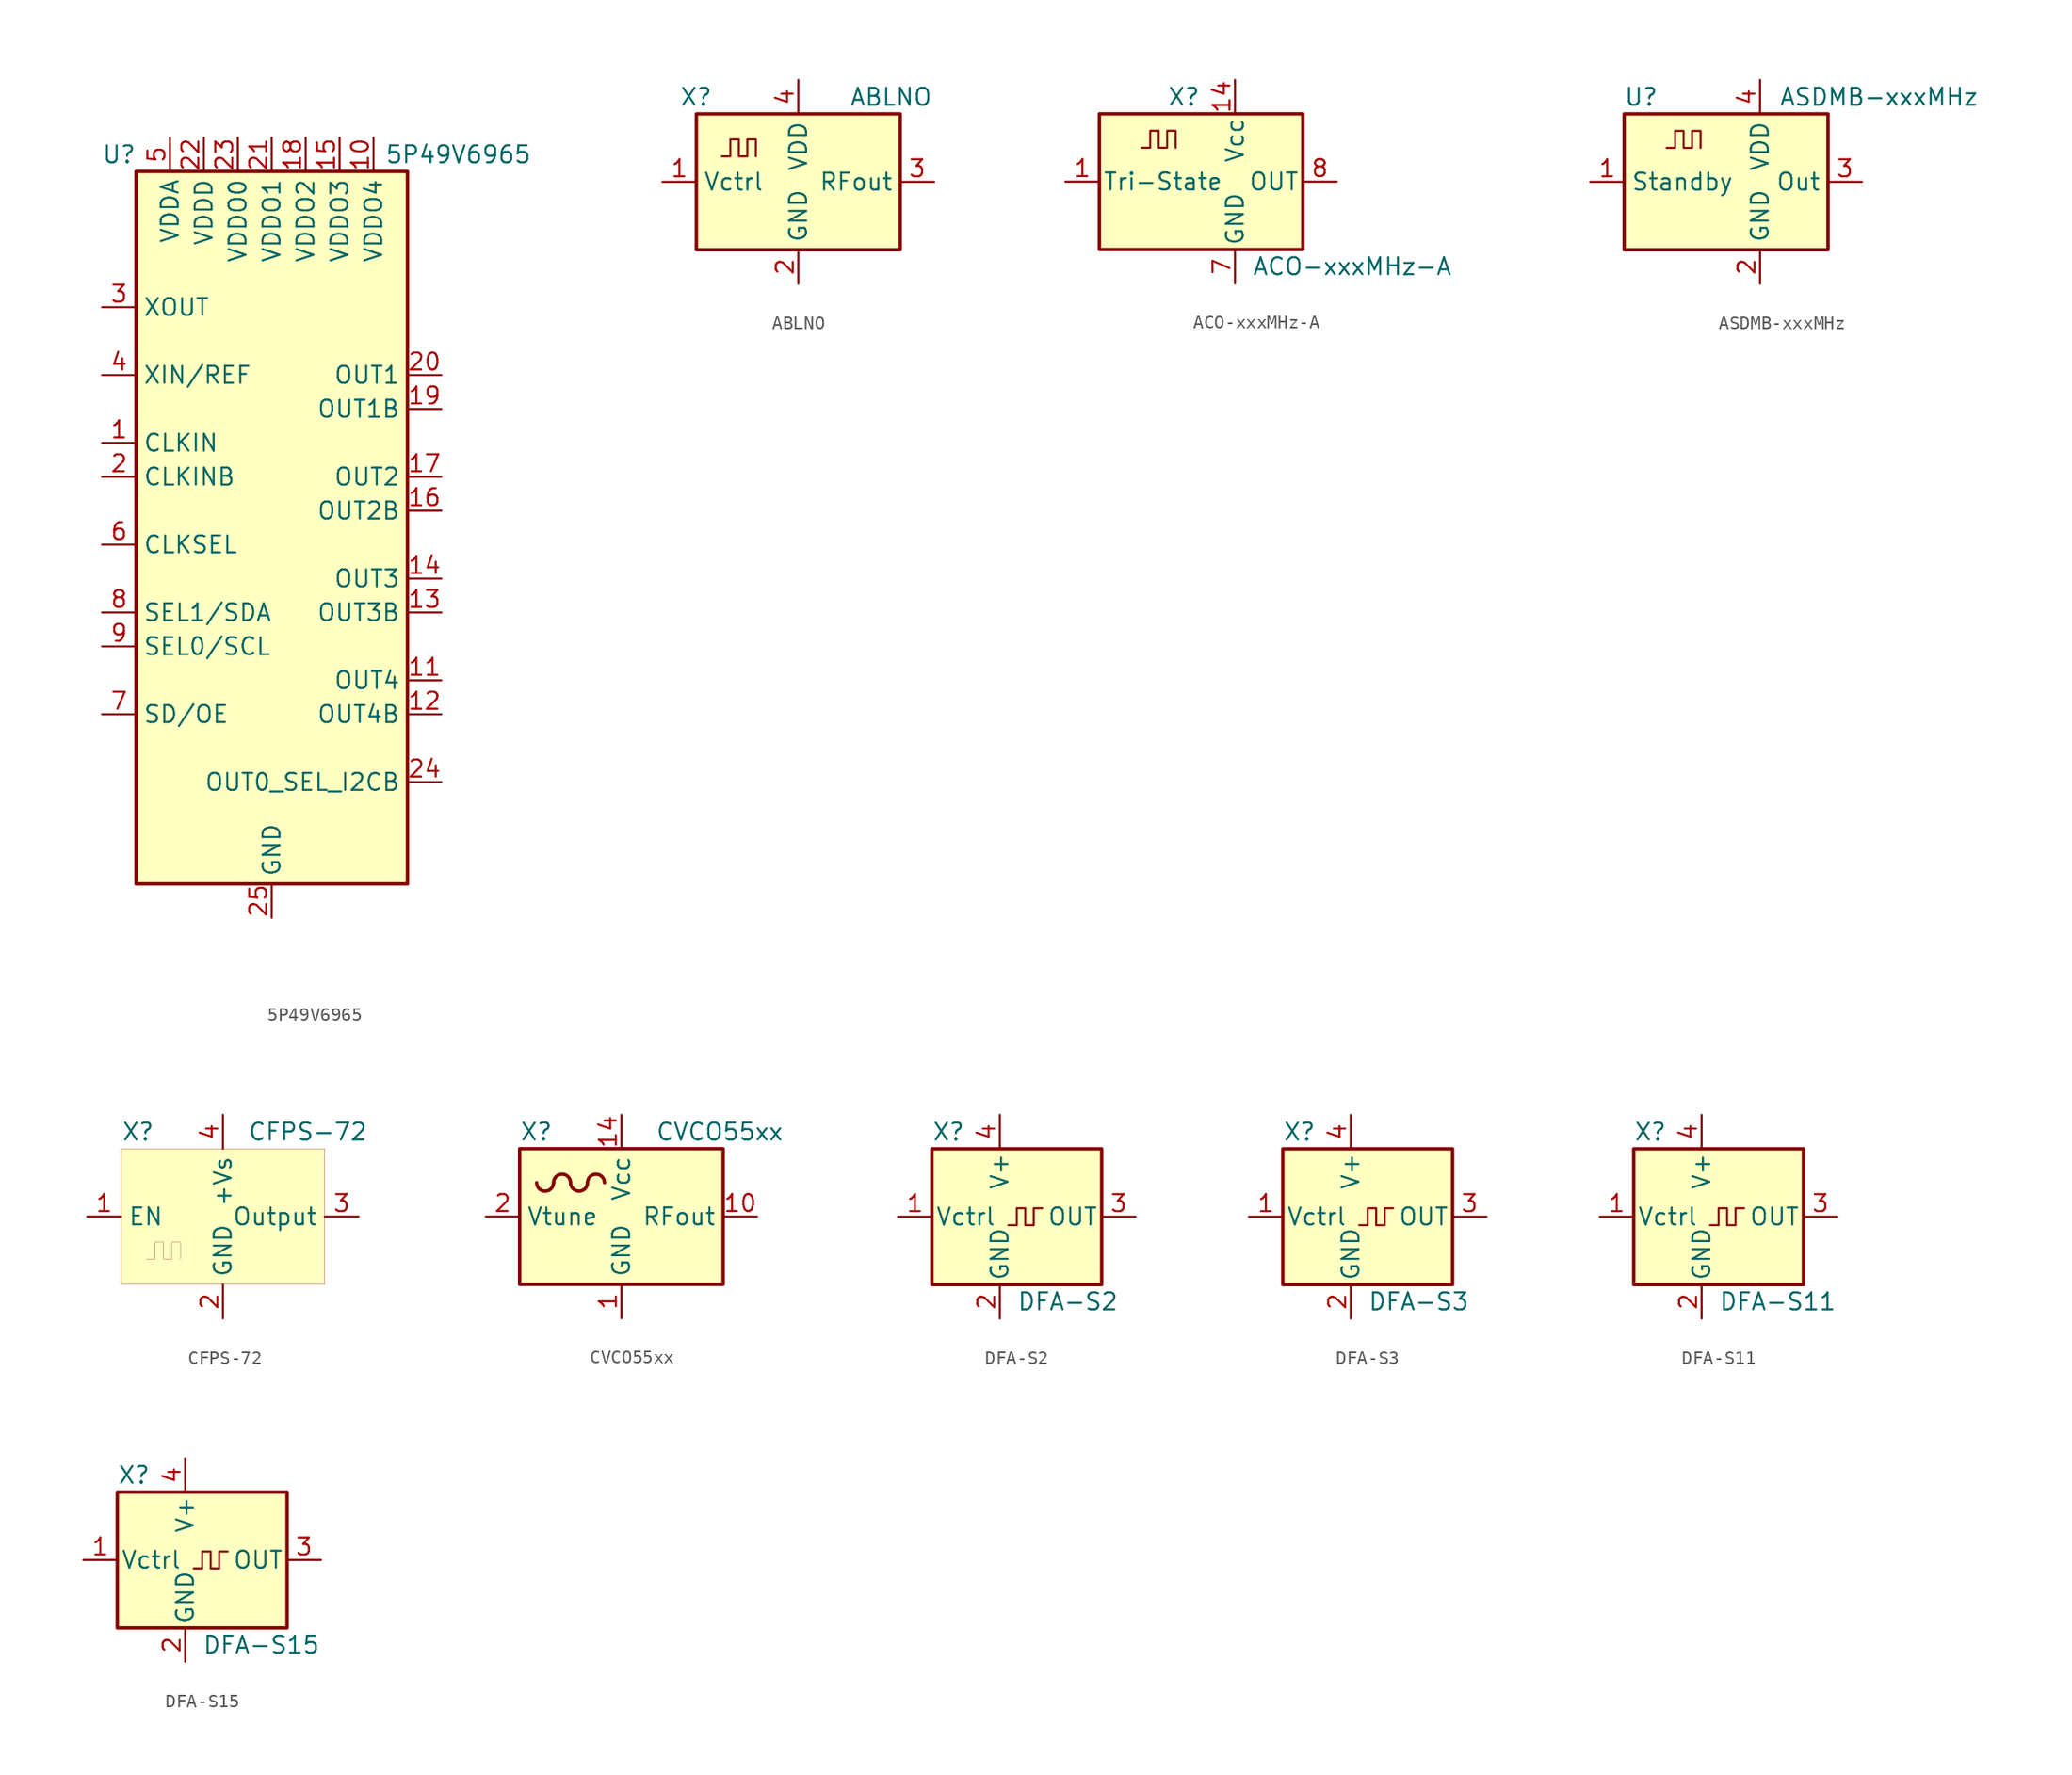
<source format=kicad_sym>
(kicad_symbol_lib
  (version 20211014)
  (generator kicad_symbol_editor)
  (symbol "5P49V6965"
    (property "Reference" "U"
      (at -11.43 29.21 0)
      (effects (font (size 1.27 1.27))))
    (property "Value" "5P49V6965"
      (at 13.97 29.21 0)
      (effects (font (size 1.27 1.27))))
    (symbol "5P49V6965_0_1"
      (rectangle (start -10.16 27.94) (end 10.16 -25.4) (stroke (width 0.254) (type default) (color 0 0 0 0)) (fill (type background))))
    (symbol "5P49V6965_1_1"
      (pin input line (at -12.7 7.62 0) (length 2.54) (name "CLKIN" (effects (font (size 1.27 1.27)))) (number "1" (effects (font (size 1.27 1.27)))))
      (pin power_in line (at 7.62 30.48 270) (length 2.54) (name "VDDO4" (effects (font (size 1.27 1.27)))) (number "10" (effects (font (size 1.27 1.27)))))
      (pin output line (at 12.7 -10.16 180) (length 2.54) (name "OUT4" (effects (font (size 1.27 1.27)))) (number "11" (effects (font (size 1.27 1.27)))))
      (pin output line (at 12.7 -12.7 180) (length 2.54) (name "OUT4B" (effects (font (size 1.27 1.27)))) (number "12" (effects (font (size 1.27 1.27)))))
      (pin output line (at 12.7 -5.08 180) (length 2.54) (name "OUT3B" (effects (font (size 1.27 1.27)))) (number "13" (effects (font (size 1.27 1.27)))))
      (pin output line (at 12.7 -2.54 180) (length 2.54) (name "OUT3" (effects (font (size 1.27 1.27)))) (number "14" (effects (font (size 1.27 1.27)))))
      (pin power_in line (at 5.08 30.48 270) (length 2.54) (name "VDDO3" (effects (font (size 1.27 1.27)))) (number "15" (effects (font (size 1.27 1.27)))))
      (pin output line (at 12.7 2.54 180) (length 2.54) (name "OUT2B" (effects (font (size 1.27 1.27)))) (number "16" (effects (font (size 1.27 1.27)))))
      (pin output line (at 12.7 5.08 180) (length 2.54) (name "OUT2" (effects (font (size 1.27 1.27)))) (number "17" (effects (font (size 1.27 1.27)))))
      (pin power_in line (at 2.54 30.48 270) (length 2.54) (name "VDDO2" (effects (font (size 1.27 1.27)))) (number "18" (effects (font (size 1.27 1.27)))))
      (pin output line (at 12.7 10.16 180) (length 2.54) (name "OUT1B" (effects (font (size 1.27 1.27)))) (number "19" (effects (font (size 1.27 1.27)))))
      (pin input line (at -12.7 5.08 0) (length 2.54) (name "CLKINB" (effects (font (size 1.27 1.27)))) (number "2" (effects (font (size 1.27 1.27)))))
      (pin output line (at 12.7 12.7 180) (length 2.54) (name "OUT1" (effects (font (size 1.27 1.27)))) (number "20" (effects (font (size 1.27 1.27)))))
      (pin power_in line (at 0 30.48 270) (length 2.54) (name "VDDO1" (effects (font (size 1.27 1.27)))) (number "21" (effects (font (size 1.27 1.27)))))
      (pin power_in line (at -5.08 30.48 270) (length 2.54) (name "VDDD" (effects (font (size 1.27 1.27)))) (number "22" (effects (font (size 1.27 1.27)))))
      (pin power_in line (at -2.54 30.48 270) (length 2.54) (name "VDDO0" (effects (font (size 1.27 1.27)))) (number "23" (effects (font (size 1.27 1.27)))))
      (pin bidirectional line (at 12.7 -17.78 180) (length 2.54) (name "OUT0_SEL_I2CB" (effects (font (size 1.27 1.27)))) (number "24" (effects (font (size 1.27 1.27)))))
      (pin power_in line (at 0 -27.94 90) (length 2.54) (name "GND" (effects (font (size 1.27 1.27)))) (number "25" (effects (font (size 1.27 1.27)))))
      (pin output line (at -12.7 17.78 0) (length 2.54) (name "XOUT" (effects (font (size 1.27 1.27)))) (number "3" (effects (font (size 1.27 1.27)))))
      (pin input line (at -12.7 12.7 0) (length 2.54) (name "XIN/REF" (effects (font (size 1.27 1.27)))) (number "4" (effects (font (size 1.27 1.27)))))
      (pin power_in line (at -7.62 30.48 270) (length 2.54) (name "VDDA" (effects (font (size 1.27 1.27)))) (number "5" (effects (font (size 1.27 1.27)))))
      (pin input line (at -12.7 0 0) (length 2.54) (name "CLKSEL" (effects (font (size 1.27 1.27)))) (number "6" (effects (font (size 1.27 1.27)))))
      (pin input line (at -12.7 -12.7 0) (length 2.54) (name "SD/OE" (effects (font (size 1.27 1.27)))) (number "7" (effects (font (size 1.27 1.27)))))
      (pin bidirectional line (at -12.7 -5.08 0) (length 2.54) (name "SEL1/SDA" (effects (font (size 1.27 1.27)))) (number "8" (effects (font (size 1.27 1.27)))))
      (pin input line (at -12.7 -7.62 0) (length 2.54) (name "SEL0/SCL" (effects (font (size 1.27 1.27)))) (number "9" (effects (font (size 1.27 1.27)))))))
  (symbol "ABLNO"
    (property "Reference" "X"
      (at -8.89 6.35 0)
      (effects (font (size 1.27 1.27)) (justify left)))
    (property "Value" "ABLNO"
      (at 3.81 6.35 0)
      (effects (font (size 1.27 1.27)) (justify left)))
    (symbol "ABLNO_0_1"
      (rectangle (start -7.62 5.08) (end 7.62 -5.08) (stroke (width 0.254) (type default) (color 0 0 0 0)) (fill (type background)))
      (polyline (pts (xy -5.715 1.905) (xy -5.08 1.905) (xy -5.08 3.175) (xy -4.445 3.175) (xy -4.445 1.905) (xy -3.81 1.905) (xy -3.81 3.175) (xy -3.175 3.175) (xy -3.175 1.905)) (stroke (width 0) (type default) (color 0 0 0 0)) (fill (type none))))
    (symbol "ABLNO_1_1"
      (pin input line (at -10.16 0 0) (length 2.54) (name "Vctrl" (effects (font (size 1.27 1.27)))) (number "1" (effects (font (size 1.27 1.27)))))
      (pin power_in line (at 0 -7.62 90) (length 2.54) (name "GND" (effects (font (size 1.27 1.27)))) (number "2" (effects (font (size 1.27 1.27)))))
      (pin output line (at 10.16 0 180) (length 2.54) (name "RFout" (effects (font (size 1.27 1.27)))) (number "3" (effects (font (size 1.27 1.27)))))
      (pin power_in line (at 0 7.62 270) (length 2.54) (name "VDD" (effects (font (size 1.27 1.27)))) (number "4" (effects (font (size 1.27 1.27)))))))
  (symbol "ACO-xxxMHz-A"
    (pin_names
      (offset 0.254))
    (property "Reference" "X"
      (at -5.08 6.35 0)
      (effects (font (size 1.27 1.27)) (justify left)))
    (property "Value" "ACO-xxxMHz-A"
      (at 1.27 -6.35 0)
      (effects (font (size 1.27 1.27)) (justify left)))
    (symbol "ACO-xxxMHz-A_0_1"
      (rectangle (start -10.16 5.08) (end 5.08 -5.08) (stroke (width 0.254) (type default) (color 0 0 0 0)) (fill (type background)))
      (polyline (pts (xy -6.985 2.54) (xy -6.35 2.54) (xy -6.35 3.81) (xy -5.715 3.81) (xy -5.715 2.54) (xy -5.08 2.54) (xy -5.08 3.81) (xy -4.445 3.81) (xy -4.445 2.54)) (stroke (width 0) (type default) (color 0 0 0 0)) (fill (type none))))
    (symbol "ACO-xxxMHz-A_1_1"
      (pin input line (at -12.7 0 0) (length 2.54) (name "Tri-State" (effects (font (size 1.27 1.27)))) (number "1" (effects (font (size 1.27 1.27)))))
      (pin power_in line (at 0 7.62 270) (length 2.54) (name "Vcc" (effects (font (size 1.27 1.27)))) (number "14" (effects (font (size 1.27 1.27)))))
      (pin power_in line (at 0 -7.62 90) (length 2.54) (name "GND" (effects (font (size 1.27 1.27)))) (number "7" (effects (font (size 1.27 1.27)))))
      (pin output line (at 7.62 0 180) (length 2.54) (name "OUT" (effects (font (size 1.27 1.27)))) (number "8" (effects (font (size 1.27 1.27)))))))
  (symbol "ASDMB-xxxMHz"
    (property "Reference" "U"
      (at -6.35 6.35 0)
      (effects (font (size 1.27 1.27))))
    (property "Value" "ASDMB-xxxMHz"
      (at 11.43 6.35 0)
      (effects (font (size 1.27 1.27))))
    (symbol "ASDMB-xxxMHz_1_1"
      (rectangle (start -7.62 5.08) (end 7.62 -5.08) (stroke (width 0.254) (type default) (color 0 0 0 0)) (fill (type background)))
      (polyline (pts (xy -4.445 2.54) (xy -3.81 2.54) (xy -3.81 3.81) (xy -3.175 3.81) (xy -3.175 2.54) (xy -2.54 2.54) (xy -2.54 3.81) (xy -1.905 3.81) (xy -1.905 2.54)) (stroke (width 0) (type default) (color 0 0 0 0)) (fill (type none)))
      (pin input line (at -10.16 0 0) (length 2.54) (name "Standby" (effects (font (size 1.27 1.27)))) (number "1" (effects (font (size 1.27 1.27)))))
      (pin power_in line (at 2.54 -7.62 90) (length 2.54) (name "GND" (effects (font (size 1.27 1.27)))) (number "2" (effects (font (size 1.27 1.27)))))
      (pin output line (at 10.16 0 180) (length 2.54) (name "Out" (effects (font (size 1.27 1.27)))) (number "3" (effects (font (size 1.27 1.27)))))
      (pin power_in line (at 2.54 7.62 270) (length 2.54) (name "VDD" (effects (font (size 1.27 1.27)))) (number "4" (effects (font (size 1.27 1.27)))))))
  (symbol "CFPS-72"
    (property "Reference" "X"
      (at -6.35 6.35 0)
      (effects (font (size 1.27 1.27))))
    (property "Value" "CFPS-72"
      (at 6.35 6.35 0)
      (effects (font (size 1.27 1.27))))
    (symbol "CFPS-72_0_1"
      (rectangle (start -7.62 5.08) (end 7.62 -5.08) (stroke (width 0.001) (type default) (color 0 0 0 0)) (fill (type background)))
      (polyline (pts (xy -5.715 -3.175) (xy -5.08 -3.175) (xy -5.08 -1.905) (xy -4.445 -1.905) (xy -4.445 -3.175) (xy -3.81 -3.175) (xy -3.81 -1.905) (xy -3.175 -1.905) (xy -3.175 -3.175)) (stroke (width 0.001) (type default) (color 0 0 0 0)) (fill (type none))))
    (symbol "CFPS-72_1_1"
      (pin input line (at -10.16 0 0) (length 2.54) (name "EN" (effects (font (size 1.27 1.27)))) (number "1" (effects (font (size 1.27 1.27)))))
      (pin power_in line (at 0 -7.62 90) (length 2.54) (name "GND" (effects (font (size 1.27 1.27)))) (number "2" (effects (font (size 1.27 1.27)))))
      (pin output line (at 10.16 0 180) (length 2.54) (name "Output" (effects (font (size 1.27 1.27)))) (number "3" (effects (font (size 1.27 1.27)))))
      (pin power_in line (at 0 7.62 270) (length 2.54) (name "+Vs" (effects (font (size 1.27 1.27)))) (number "4" (effects (font (size 1.27 1.27)))))))
  (symbol "CVCO55xx"
    (property "Reference" "X"
      (at -7.62 6.35 0)
      (effects (font (size 1.27 1.27)) (justify left)))
    (property "Value" "CVCO55xx"
      (at 2.54 6.35 0)
      (effects (font (size 1.27 1.27)) (justify left)))
    (symbol "CVCO55xx_0_0"
      (pin passive line (at 0 -7.62 90) (length 2.54) hide (name "GND" (effects (font (size 1.27 1.27)))) (number "15" (effects (font (size 1.27 1.27)))))
      (pin passive line (at 0 -7.62 90) (length 2.54) hide (name "GND" (effects (font (size 1.27 1.27)))) (number "16" (effects (font (size 1.27 1.27))))))
    (symbol "CVCO55xx_0_1"
      (rectangle (start -7.62 5.08) (end 7.62 -5.08) (stroke (width 0.254) (type default) (color 0 0 0 0)) (fill (type background)))
      (arc (start -6.35 2.54) (mid -5.715 1.905) (end -5.08 2.54) (stroke (width 0.254) (type default) (color 0 0 0 0)) (fill (type none)))
      (arc (start -3.81 2.54) (mid -4.445 3.175) (end -5.08 2.54) (stroke (width 0.254) (type default) (color 0 0 0 0)) (fill (type none)))
      (arc (start -3.81 2.54) (mid -3.175 1.905) (end -2.54 2.54) (stroke (width 0.254) (type default) (color 0 0 0 0)) (fill (type none)))
      (arc (start -1.27 2.54) (mid -1.905 3.175) (end -2.54 2.54) (stroke (width 0.254) (type default) (color 0 0 0 0)) (fill (type none))))
    (symbol "CVCO55xx_1_1"
      (pin power_in line (at 0 -7.62 90) (length 2.54) (name "GND" (effects (font (size 1.27 1.27)))) (number "1" (effects (font (size 1.27 1.27)))))
      (pin output line (at 10.16 0 180) (length 2.54) (name "RFout" (effects (font (size 1.27 1.27)))) (number "10" (effects (font (size 1.27 1.27)))))
      (pin passive line (at 0 -7.62 90) (length 2.54) hide (name "GND" (effects (font (size 1.27 1.27)))) (number "11" (effects (font (size 1.27 1.27)))))
      (pin passive line (at 0 -7.62 90) (length 2.54) hide (name "GND" (effects (font (size 1.27 1.27)))) (number "12" (effects (font (size 1.27 1.27)))))
      (pin passive line (at 0 -7.62 90) (length 2.54) hide (name "GND" (effects (font (size 1.27 1.27)))) (number "13" (effects (font (size 1.27 1.27)))))
      (pin power_in line (at 0 7.62 270) (length 2.54) (name "Vcc" (effects (font (size 1.27 1.27)))) (number "14" (effects (font (size 1.27 1.27)))))
      (pin passive line (at -10.16 0 0) (length 2.54) (name "Vtune" (effects (font (size 1.27 1.27)))) (number "2" (effects (font (size 1.27 1.27)))))
      (pin passive line (at 0 -7.62 90) (length 2.54) hide (name "GND" (effects (font (size 1.27 1.27)))) (number "3" (effects (font (size 1.27 1.27)))))
      (pin passive line (at 0 -7.62 90) (length 2.54) hide (name "GND" (effects (font (size 1.27 1.27)))) (number "4" (effects (font (size 1.27 1.27)))))
      (pin passive line (at 0 -7.62 90) (length 2.54) hide (name "GND" (effects (font (size 1.27 1.27)))) (number "5" (effects (font (size 1.27 1.27)))))
      (pin passive line (at 0 -7.62 90) (length 2.54) hide (name "GND" (effects (font (size 1.27 1.27)))) (number "6" (effects (font (size 1.27 1.27)))))
      (pin passive line (at 0 -7.62 90) (length 2.54) hide (name "GND" (effects (font (size 1.27 1.27)))) (number "7" (effects (font (size 1.27 1.27)))))
      (pin passive line (at 0 -7.62 90) (length 2.54) hide (name "GND" (effects (font (size 1.27 1.27)))) (number "8" (effects (font (size 1.27 1.27)))))
      (pin passive line (at 0 -7.62 90) (length 2.54) hide (name "GND" (effects (font (size 1.27 1.27)))) (number "9" (effects (font (size 1.27 1.27)))))))
  (symbol "DFA-S2"
    (pin_names
      (offset 0.254))
    (property "Reference" "X"
      (at -5.08 6.35 0)
      (effects (font (size 1.27 1.27)) (justify left)))
    (property "Value" "DFA-S2"
      (at 1.27 -6.35 0)
      (effects (font (size 1.27 1.27)) (justify left)))
    (symbol "DFA-S2_0_1"
      (rectangle (start -5.08 5.08) (end 7.62 -5.08) (stroke (width 0.254) (type default) (color 0 0 0 0)) (fill (type background)))
      (polyline (pts (xy 0.635 -0.635) (xy 1.27 -0.635) (xy 1.27 0.635) (xy 1.905 0.635) (xy 1.905 -0.635) (xy 2.54 -0.635) (xy 2.54 0.635) (xy 3.175 0.635)) (stroke (width 0) (type default) (color 0 0 0 0)) (fill (type none))))
    (symbol "DFA-S2_1_1"
      (pin input line (at -7.62 0 0) (length 2.54) (name "Vctrl" (effects (font (size 1.27 1.27)))) (number "1" (effects (font (size 1.27 1.27)))))
      (pin power_in line (at 0 -7.62 90) (length 2.54) (name "GND" (effects (font (size 1.27 1.27)))) (number "2" (effects (font (size 1.27 1.27)))))
      (pin output line (at 10.16 0 180) (length 2.54) (name "OUT" (effects (font (size 1.27 1.27)))) (number "3" (effects (font (size 1.27 1.27)))))
      (pin power_in line (at 0 7.62 270) (length 2.54) (name "V+" (effects (font (size 1.27 1.27)))) (number "4" (effects (font (size 1.27 1.27)))))))
  (symbol "DFA-S3"
    (pin_names
      (offset 0.254))
    (property "Reference" "X"
      (at -5.08 6.35 0)
      (effects (font (size 1.27 1.27)) (justify left)))
    (property "Value" "DFA-S3"
      (at 1.27 -6.35 0)
      (effects (font (size 1.27 1.27)) (justify left)))
    (symbol "DFA-S3_0_1"
      (rectangle (start -5.08 5.08) (end 7.62 -5.08) (stroke (width 0.254) (type default) (color 0 0 0 0)) (fill (type background)))
      (polyline (pts (xy 0.635 -0.635) (xy 1.27 -0.635) (xy 1.27 0.635) (xy 1.905 0.635) (xy 1.905 -0.635) (xy 2.54 -0.635) (xy 2.54 0.635) (xy 3.175 0.635)) (stroke (width 0) (type default) (color 0 0 0 0)) (fill (type none))))
    (symbol "DFA-S3_1_1"
      (pin input line (at -7.62 0 0) (length 2.54) (name "Vctrl" (effects (font (size 1.27 1.27)))) (number "1" (effects (font (size 1.27 1.27)))))
      (pin power_in line (at 0 -7.62 90) (length 2.54) (name "GND" (effects (font (size 1.27 1.27)))) (number "2" (effects (font (size 1.27 1.27)))))
      (pin output line (at 10.16 0 180) (length 2.54) (name "OUT" (effects (font (size 1.27 1.27)))) (number "3" (effects (font (size 1.27 1.27)))))
      (pin power_in line (at 0 7.62 270) (length 2.54) (name "V+" (effects (font (size 1.27 1.27)))) (number "4" (effects (font (size 1.27 1.27)))))))
  (symbol "DFA-S11"
    (pin_names
      (offset 0.254))
    (property "Reference" "X"
      (at -5.08 6.35 0)
      (effects (font (size 1.27 1.27)) (justify left)))
    (property "Value" "DFA-S11"
      (at 1.27 -6.35 0)
      (effects (font (size 1.27 1.27)) (justify left)))
    (symbol "DFA-S11_0_1"
      (rectangle (start -5.08 5.08) (end 7.62 -5.08) (stroke (width 0.254) (type default) (color 0 0 0 0)) (fill (type background)))
      (polyline (pts (xy 0.635 -0.635) (xy 1.27 -0.635) (xy 1.27 0.635) (xy 1.905 0.635) (xy 1.905 -0.635) (xy 2.54 -0.635) (xy 2.54 0.635) (xy 3.175 0.635)) (stroke (width 0) (type default) (color 0 0 0 0)) (fill (type none))))
    (symbol "DFA-S11_1_1"
      (pin input line (at -7.62 0 0) (length 2.54) (name "Vctrl" (effects (font (size 1.27 1.27)))) (number "1" (effects (font (size 1.27 1.27)))))
      (pin power_in line (at 0 -7.62 90) (length 2.54) (name "GND" (effects (font (size 1.27 1.27)))) (number "2" (effects (font (size 1.27 1.27)))))
      (pin output line (at 10.16 0 180) (length 2.54) (name "OUT" (effects (font (size 1.27 1.27)))) (number "3" (effects (font (size 1.27 1.27)))))
      (pin power_in line (at 0 7.62 270) (length 2.54) (name "V+" (effects (font (size 1.27 1.27)))) (number "4" (effects (font (size 1.27 1.27)))))))
  (symbol "DFA-S15"
    (pin_names
      (offset 0.254))
    (property "Reference" "X"
      (at -5.08 6.35 0)
      (effects (font (size 1.27 1.27)) (justify left)))
    (property "Value" "DFA-S15"
      (at 1.27 -6.35 0)
      (effects (font (size 1.27 1.27)) (justify left)))
    (symbol "DFA-S15_0_1"
      (rectangle (start -5.08 5.08) (end 7.62 -5.08) (stroke (width 0.254) (type default) (color 0 0 0 0)) (fill (type background)))
      (polyline (pts (xy 0.635 -0.635) (xy 1.27 -0.635) (xy 1.27 0.635) (xy 1.905 0.635) (xy 1.905 -0.635) (xy 2.54 -0.635) (xy 2.54 0.635) (xy 3.175 0.635)) (stroke (width 0) (type default) (color 0 0 0 0)) (fill (type none))))
    (symbol "DFA-S15_1_1"
      (pin input line (at -7.62 0 0) (length 2.54) (name "Vctrl" (effects (font (size 1.27 1.27)))) (number "1" (effects (font (size 1.27 1.27)))))
      (pin power_in line (at 0 -7.62 90) (length 2.54) (name "GND" (effects (font (size 1.27 1.27)))) (number "2" (effects (font (size 1.27 1.27)))))
      (pin output line (at 10.16 0 180) (length 2.54) (name "OUT" (effects (font (size 1.27 1.27)))) (number "3" (effects (font (size 1.27 1.27)))))
      (pin power_in line (at 0 7.62 270) (length 2.54) (name "V+" (effects (font (size 1.27 1.27)))) (number "4" (effects (font (size 1.27 1.27))))))))
</source>
